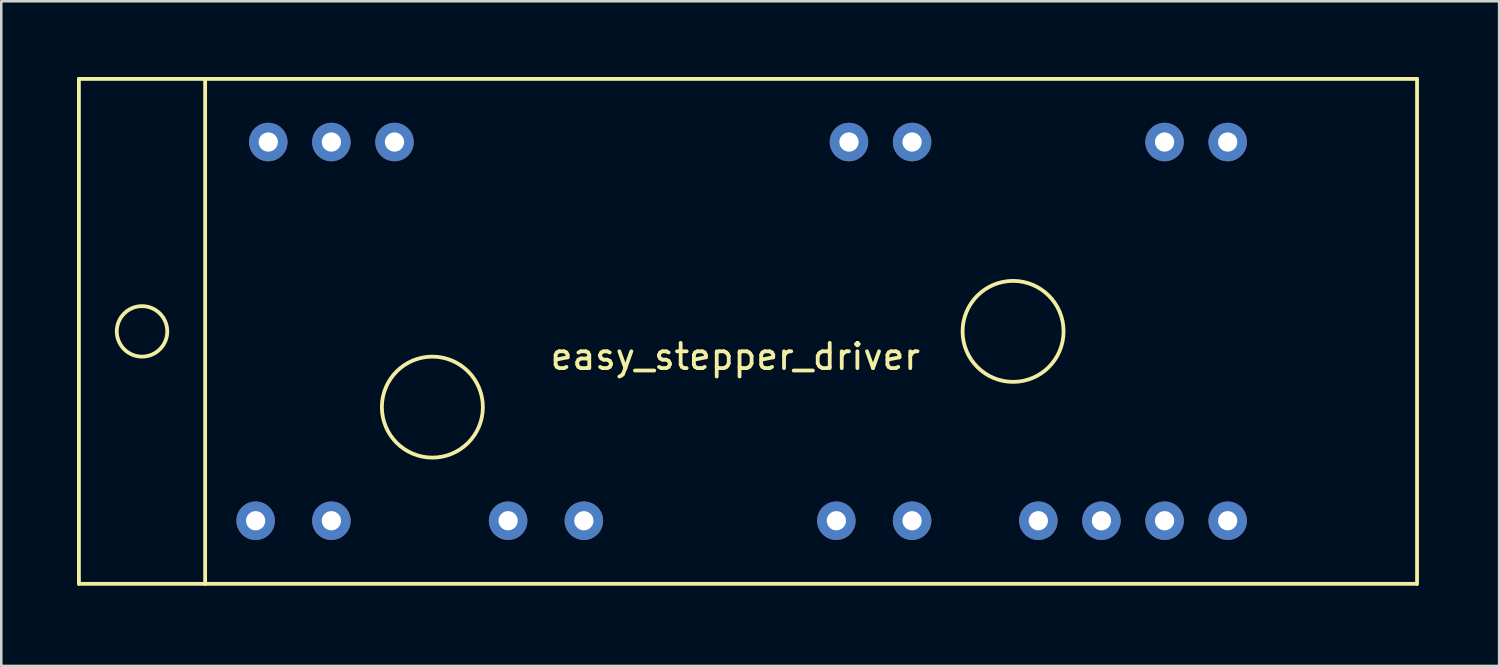
<source format=kicad_pcb>
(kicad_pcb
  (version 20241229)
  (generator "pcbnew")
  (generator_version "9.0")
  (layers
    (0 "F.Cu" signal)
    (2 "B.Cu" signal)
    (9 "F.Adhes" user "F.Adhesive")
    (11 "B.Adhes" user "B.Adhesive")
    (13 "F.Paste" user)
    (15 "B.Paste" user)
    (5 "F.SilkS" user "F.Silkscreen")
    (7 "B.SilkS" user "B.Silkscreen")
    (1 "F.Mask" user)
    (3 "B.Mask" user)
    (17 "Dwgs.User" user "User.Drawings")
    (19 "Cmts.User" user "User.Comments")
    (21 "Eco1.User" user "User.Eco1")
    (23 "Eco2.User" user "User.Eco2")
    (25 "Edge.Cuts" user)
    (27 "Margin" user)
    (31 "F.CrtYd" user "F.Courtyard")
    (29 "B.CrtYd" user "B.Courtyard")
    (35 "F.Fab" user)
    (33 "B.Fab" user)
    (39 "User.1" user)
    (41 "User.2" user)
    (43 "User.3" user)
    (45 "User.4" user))
  (footprint "easy_stepper_driver"
    (layer "F.Cu")
    (at 53.075 20.075)
    (property "Reference" "easy_stepper_driver" (at -27 -9 0) (layer "F.SilkS") (effects (font (size 1 1) (thickness 0.15))))
    (attr through_hole)
    (fp_line (start -53 -20) (end -53 0) (stroke (width 0.15) (type solid)) (layer "F.SilkS"))
    (fp_line (start -53 0) (end 0 0) (stroke (width 0.15) (type solid)) (layer "F.SilkS"))
    (fp_line (start -48 -20) (end -48 0) (stroke (width 0.15) (type solid)) (layer "F.SilkS"))
    (fp_line (start 0 -20) (end -53 -20) (stroke (width 0.15) (type solid)) (layer "F.SilkS"))
    (fp_line (start 0 0) (end 0 -20) (stroke (width 0.15) (type solid)) (layer "F.SilkS"))
    (fp_circle (center -50.5 -10) (end -49.5 -10) (stroke (width 0.15) (type solid)) (fill no) (layer "F.SilkS"))
    (fp_circle (center -39 -7) (end -37 -7) (stroke (width 0.15) (type solid)) (fill no) (layer "F.SilkS"))
    (fp_circle (center -16 -10) (end -14 -10) (stroke (width 0.15) (type solid)) (fill no) (layer "F.SilkS"))
    (pad "1" thru_hole circle (at -46 -2.5) (size 1.524 1.524) (drill 0.762) (layers "*.Cu" "*.Mask"))
    (pad "2" thru_hole circle (at -43 -2.5) (size 1.524 1.524) (drill 0.762) (layers "*.Cu" "*.Mask"))
    (pad "3" thru_hole circle (at -36 -2.5) (size 1.524 1.524) (drill 0.762) (layers "*.Cu" "*.Mask"))
    (pad "4" thru_hole circle (at -33 -2.5) (size 1.524 1.524) (drill 0.762) (layers "*.Cu" "*.Mask"))
    (pad "5" thru_hole circle (at -23 -2.5) (size 1.524 1.524) (drill 0.762) (layers "*.Cu" "*.Mask"))
    (pad "6" thru_hole circle (at -20 -2.5) (size 1.524 1.524) (drill 0.762) (layers "*.Cu" "*.Mask"))
    (pad "7" thru_hole circle (at -15 -2.5) (size 1.524 1.524) (drill 0.762) (layers "*.Cu" "*.Mask"))
    (pad "8" thru_hole circle (at -12.5 -2.5) (size 1.524 1.524) (drill 0.762) (layers "*.Cu" "*.Mask"))
    (pad "9" thru_hole circle (at -10 -2.5) (size 1.524 1.524) (drill 0.762) (layers "*.Cu" "*.Mask"))
    (pad "10" thru_hole circle (at -7.5 -2.5) (size 1.524 1.524) (drill 0.762) (layers "*.Cu" "*.Mask"))
    (pad "11" thru_hole circle (at -7.5 -17.5) (size 1.524 1.524) (drill 0.762) (layers "*.Cu" "*.Mask"))
    (pad "12" thru_hole circle (at -10 -17.5) (size 1.524 1.524) (drill 0.762) (layers "*.Cu" "*.Mask"))
    (pad "13" thru_hole circle (at -20 -17.5) (size 1.524 1.524) (drill 0.762) (layers "*.Cu" "*.Mask"))
    (pad "14" thru_hole circle (at -22.5 -17.5) (size 1.524 1.524) (drill 0.762) (layers "*.Cu" "*.Mask"))
    (pad "15" thru_hole circle (at -40.5 -17.5) (size 1.524 1.524) (drill 0.762) (layers "*.Cu" "*.Mask"))
    (pad "16" thru_hole circle (at -43 -17.5) (size 1.524 1.524) (drill 0.762) (layers "*.Cu" "*.Mask"))
    (pad "17" thru_hole circle (at -45.5 -17.5) (size 1.524 1.524) (drill 0.762) (layers "*.Cu" "*.Mask")))
  (gr_rect
    (start -3 -3)
    (end 56.325 23.325)
    (stroke (width 0.1) (type default))
    (fill no)
    (layer "Edge.Cuts")))
</source>
